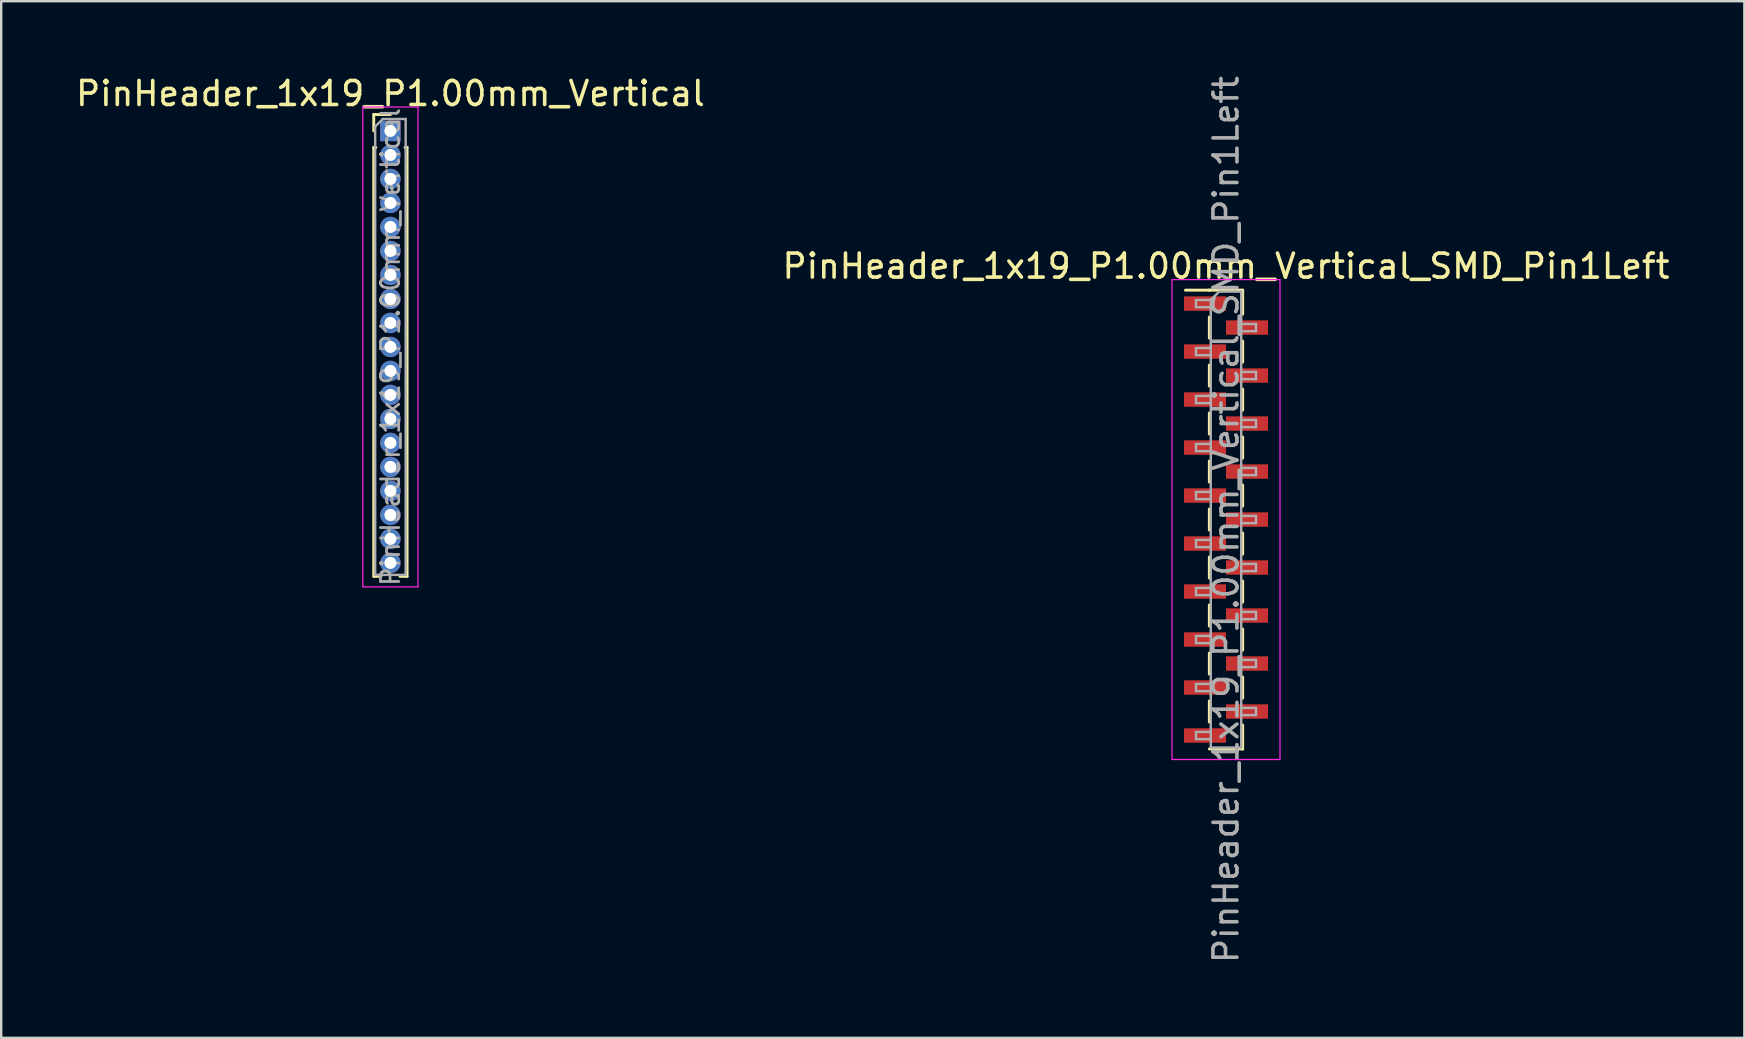
<source format=kicad_pcb>
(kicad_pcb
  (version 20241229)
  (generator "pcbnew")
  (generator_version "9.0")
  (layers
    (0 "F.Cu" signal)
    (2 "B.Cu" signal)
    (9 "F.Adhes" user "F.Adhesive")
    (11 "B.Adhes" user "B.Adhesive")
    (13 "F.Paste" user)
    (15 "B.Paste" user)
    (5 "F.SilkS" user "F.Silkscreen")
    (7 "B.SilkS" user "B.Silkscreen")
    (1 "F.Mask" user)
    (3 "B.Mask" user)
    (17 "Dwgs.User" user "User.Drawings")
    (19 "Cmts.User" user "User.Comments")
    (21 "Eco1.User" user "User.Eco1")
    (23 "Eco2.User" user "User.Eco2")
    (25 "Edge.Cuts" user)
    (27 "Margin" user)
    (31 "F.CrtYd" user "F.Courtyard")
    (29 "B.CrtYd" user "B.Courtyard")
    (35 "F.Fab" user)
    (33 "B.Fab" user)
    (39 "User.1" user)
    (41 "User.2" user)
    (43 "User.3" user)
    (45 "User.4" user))
  (footprint "PinHeader_1x19_P1.00mm_Vertical_SMD_Pin1Left"
    (layer "F.Cu")
    (at 48.042 18.601)
    (property "Reference" "PinHeader_1x19_P1.00mm_Vertical_SMD_Pin1Left" (at 0 -10.56 0) (layer "F.SilkS") (effects (font (size 1 1) (thickness 0.15))))
    (attr smd)
    (fp_line (start -0.695 -9.56) (end -1.69 -9.56) (stroke (width 0.12) (type solid)) (layer "F.SilkS"))
    (fp_line (start -0.695 -9.56) (end -0.695 -9.56) (stroke (width 0.12) (type solid)) (layer "F.SilkS"))
    (fp_line (start -0.695 -9.56) (end 0.695 -9.56) (stroke (width 0.12) (type solid)) (layer "F.SilkS"))
    (fp_line (start -0.695 -8.44) (end -0.695 -7.56) (stroke (width 0.12) (type solid)) (layer "F.SilkS"))
    (fp_line (start -0.695 -6.44) (end -0.695 -5.56) (stroke (width 0.12) (type solid)) (layer "F.SilkS"))
    (fp_line (start -0.695 -4.44) (end -0.695 -3.56) (stroke (width 0.12) (type solid)) (layer "F.SilkS"))
    (fp_line (start -0.695 -2.44) (end -0.695 -1.56) (stroke (width 0.12) (type solid)) (layer "F.SilkS"))
    (fp_line (start -0.695 -0.44) (end -0.695 0.44) (stroke (width 0.12) (type solid)) (layer "F.SilkS"))
    (fp_line (start -0.695 1.56) (end -0.695 2.44) (stroke (width 0.12) (type solid)) (layer "F.SilkS"))
    (fp_line (start -0.695 3.56) (end -0.695 4.44) (stroke (width 0.12) (type solid)) (layer "F.SilkS"))
    (fp_line (start -0.695 5.56) (end -0.695 6.44) (stroke (width 0.12) (type solid)) (layer "F.SilkS"))
    (fp_line (start -0.695 7.56) (end -0.695 8.44) (stroke (width 0.12) (type solid)) (layer "F.SilkS"))
    (fp_line (start -0.695 9.56) (end 0.695 9.56) (stroke (width 0.12) (type solid)) (layer "F.SilkS"))
    (fp_line (start 0.695 -9.56) (end 0.695 -8.56) (stroke (width 0.12) (type solid)) (layer "F.SilkS"))
    (fp_line (start 0.695 -7.44) (end 0.695 -6.56) (stroke (width 0.12) (type solid)) (layer "F.SilkS"))
    (fp_line (start 0.695 -5.44) (end 0.695 -4.56) (stroke (width 0.12) (type solid)) (layer "F.SilkS"))
    (fp_line (start 0.695 -3.44) (end 0.695 -2.56) (stroke (width 0.12) (type solid)) (layer "F.SilkS"))
    (fp_line (start 0.695 -1.44) (end 0.695 -0.56) (stroke (width 0.12) (type solid)) (layer "F.SilkS"))
    (fp_line (start 0.695 0.56) (end 0.695 1.44) (stroke (width 0.12) (type solid)) (layer "F.SilkS"))
    (fp_line (start 0.695 2.56) (end 0.695 3.44) (stroke (width 0.12) (type solid)) (layer "F.SilkS"))
    (fp_line (start 0.695 4.56) (end 0.695 5.44) (stroke (width 0.12) (type solid)) (layer "F.SilkS"))
    (fp_line (start 0.695 6.56) (end 0.695 7.44) (stroke (width 0.12) (type solid)) (layer "F.SilkS"))
    (fp_line (start 0.695 8.56) (end 0.695 9.56) (stroke (width 0.12) (type solid)) (layer "F.SilkS"))
    (fp_line (start 0.695 9.56) (end 0.695 9.56) (stroke (width 0.12) (type solid)) (layer "F.SilkS"))
    (fp_line (start -2.25 -10) (end -2.25 10) (stroke (width 0.05) (type solid)) (layer "F.CrtYd"))
    (fp_line (start -2.25 10) (end 2.25 10) (stroke (width 0.05) (type solid)) (layer "F.CrtYd"))
    (fp_line (start 2.25 -10) (end -2.25 -10) (stroke (width 0.05) (type solid)) (layer "F.CrtYd"))
    (fp_line (start 2.25 10) (end 2.25 -10) (stroke (width 0.05) (type solid)) (layer "F.CrtYd"))
    (fp_line (start -1.25 -9.15) (end -1.25 -8.85) (stroke (width 0.1) (type solid)) (layer "F.Fab"))
    (fp_line (start -1.25 -8.85) (end -0.635 -8.85) (stroke (width 0.1) (type solid)) (layer "F.Fab"))
    (fp_line (start -1.25 -7.15) (end -1.25 -6.85) (stroke (width 0.1) (type solid)) (layer "F.Fab"))
    (fp_line (start -1.25 -6.85) (end -0.635 -6.85) (stroke (width 0.1) (type solid)) (layer "F.Fab"))
    (fp_line (start -1.25 -5.15) (end -1.25 -4.85) (stroke (width 0.1) (type solid)) (layer "F.Fab"))
    (fp_line (start -1.25 -4.85) (end -0.635 -4.85) (stroke (width 0.1) (type solid)) (layer "F.Fab"))
    (fp_line (start -1.25 -3.15) (end -1.25 -2.85) (stroke (width 0.1) (type solid)) (layer "F.Fab"))
    (fp_line (start -1.25 -2.85) (end -0.635 -2.85) (stroke (width 0.1) (type solid)) (layer "F.Fab"))
    (fp_line (start -1.25 -1.15) (end -1.25 -0.85) (stroke (width 0.1) (type solid)) (layer "F.Fab"))
    (fp_line (start -1.25 -0.85) (end -0.635 -0.85) (stroke (width 0.1) (type solid)) (layer "F.Fab"))
    (fp_line (start -1.25 0.85) (end -1.25 1.15) (stroke (width 0.1) (type solid)) (layer "F.Fab"))
    (fp_line (start -1.25 1.15) (end -0.635 1.15) (stroke (width 0.1) (type solid)) (layer "F.Fab"))
    (fp_line (start -1.25 2.85) (end -1.25 3.15) (stroke (width 0.1) (type solid)) (layer "F.Fab"))
    (fp_line (start -1.25 3.15) (end -0.635 3.15) (stroke (width 0.1) (type solid)) (layer "F.Fab"))
    (fp_line (start -1.25 4.85) (end -1.25 5.15) (stroke (width 0.1) (type solid)) (layer "F.Fab"))
    (fp_line (start -1.25 5.15) (end -0.635 5.15) (stroke (width 0.1) (type solid)) (layer "F.Fab"))
    (fp_line (start -1.25 6.85) (end -1.25 7.15) (stroke (width 0.1) (type solid)) (layer "F.Fab"))
    (fp_line (start -1.25 7.15) (end -0.635 7.15) (stroke (width 0.1) (type solid)) (layer "F.Fab"))
    (fp_line (start -1.25 8.85) (end -1.25 9.15) (stroke (width 0.1) (type solid)) (layer "F.Fab"))
    (fp_line (start -1.25 9.15) (end -0.635 9.15) (stroke (width 0.1) (type solid)) (layer "F.Fab"))
    (fp_line (start -0.635 -9.15) (end -1.25 -9.15) (stroke (width 0.1) (type solid)) (layer "F.Fab"))
    (fp_line (start -0.635 -9.15) (end -0.285 -9.5) (stroke (width 0.1) (type solid)) (layer "F.Fab"))
    (fp_line (start -0.635 -7.15) (end -1.25 -7.15) (stroke (width 0.1) (type solid)) (layer "F.Fab"))
    (fp_line (start -0.635 -5.15) (end -1.25 -5.15) (stroke (width 0.1) (type solid)) (layer "F.Fab"))
    (fp_line (start -0.635 -3.15) (end -1.25 -3.15) (stroke (width 0.1) (type solid)) (layer "F.Fab"))
    (fp_line (start -0.635 -1.15) (end -1.25 -1.15) (stroke (width 0.1) (type solid)) (layer "F.Fab"))
    (fp_line (start -0.635 0.85) (end -1.25 0.85) (stroke (width 0.1) (type solid)) (layer "F.Fab"))
    (fp_line (start -0.635 2.85) (end -1.25 2.85) (stroke (width 0.1) (type solid)) (layer "F.Fab"))
    (fp_line (start -0.635 4.85) (end -1.25 4.85) (stroke (width 0.1) (type solid)) (layer "F.Fab"))
    (fp_line (start -0.635 6.85) (end -1.25 6.85) (stroke (width 0.1) (type solid)) (layer "F.Fab"))
    (fp_line (start -0.635 8.85) (end -1.25 8.85) (stroke (width 0.1) (type solid)) (layer "F.Fab"))
    (fp_line (start -0.635 9.5) (end -0.635 -9.15) (stroke (width 0.1) (type solid)) (layer "F.Fab"))
    (fp_line (start -0.285 -9.5) (end 0.635 -9.5) (stroke (width 0.1) (type solid)) (layer "F.Fab"))
    (fp_line (start 0.635 -9.5) (end 0.635 9.5) (stroke (width 0.1) (type solid)) (layer "F.Fab"))
    (fp_line (start 0.635 -8.15) (end 1.25 -8.15) (stroke (width 0.1) (type solid)) (layer "F.Fab"))
    (fp_line (start 0.635 -6.15) (end 1.25 -6.15) (stroke (width 0.1) (type solid)) (layer "F.Fab"))
    (fp_line (start 0.635 -4.15) (end 1.25 -4.15) (stroke (width 0.1) (type solid)) (layer "F.Fab"))
    (fp_line (start 0.635 -2.15) (end 1.25 -2.15) (stroke (width 0.1) (type solid)) (layer "F.Fab"))
    (fp_line (start 0.635 -0.15) (end 1.25 -0.15) (stroke (width 0.1) (type solid)) (layer "F.Fab"))
    (fp_line (start 0.635 1.85) (end 1.25 1.85) (stroke (width 0.1) (type solid)) (layer "F.Fab"))
    (fp_line (start 0.635 3.85) (end 1.25 3.85) (stroke (width 0.1) (type solid)) (layer "F.Fab"))
    (fp_line (start 0.635 5.85) (end 1.25 5.85) (stroke (width 0.1) (type solid)) (layer "F.Fab"))
    (fp_line (start 0.635 7.85) (end 1.25 7.85) (stroke (width 0.1) (type solid)) (layer "F.Fab"))
    (fp_line (start 0.635 9.5) (end -0.635 9.5) (stroke (width 0.1) (type solid)) (layer "F.Fab"))
    (fp_line (start 1.25 -8.15) (end 1.25 -7.85) (stroke (width 0.1) (type solid)) (layer "F.Fab"))
    (fp_line (start 1.25 -7.85) (end 0.635 -7.85) (stroke (width 0.1) (type solid)) (layer "F.Fab"))
    (fp_line (start 1.25 -6.15) (end 1.25 -5.85) (stroke (width 0.1) (type solid)) (layer "F.Fab"))
    (fp_line (start 1.25 -5.85) (end 0.635 -5.85) (stroke (width 0.1) (type solid)) (layer "F.Fab"))
    (fp_line (start 1.25 -4.15) (end 1.25 -3.85) (stroke (width 0.1) (type solid)) (layer "F.Fab"))
    (fp_line (start 1.25 -3.85) (end 0.635 -3.85) (stroke (width 0.1) (type solid)) (layer "F.Fab"))
    (fp_line (start 1.25 -2.15) (end 1.25 -1.85) (stroke (width 0.1) (type solid)) (layer "F.Fab"))
    (fp_line (start 1.25 -1.85) (end 0.635 -1.85) (stroke (width 0.1) (type solid)) (layer "F.Fab"))
    (fp_line (start 1.25 -0.15) (end 1.25 0.15) (stroke (width 0.1) (type solid)) (layer "F.Fab"))
    (fp_line (start 1.25 0.15) (end 0.635 0.15) (stroke (width 0.1) (type solid)) (layer "F.Fab"))
    (fp_line (start 1.25 1.85) (end 1.25 2.15) (stroke (width 0.1) (type solid)) (layer "F.Fab"))
    (fp_line (start 1.25 2.15) (end 0.635 2.15) (stroke (width 0.1) (type solid)) (layer "F.Fab"))
    (fp_line (start 1.25 3.85) (end 1.25 4.15) (stroke (width 0.1) (type solid)) (layer "F.Fab"))
    (fp_line (start 1.25 4.15) (end 0.635 4.15) (stroke (width 0.1) (type solid)) (layer "F.Fab"))
    (fp_line (start 1.25 5.85) (end 1.25 6.15) (stroke (width 0.1) (type solid)) (layer "F.Fab"))
    (fp_line (start 1.25 6.15) (end 0.635 6.15) (stroke (width 0.1) (type solid)) (layer "F.Fab"))
    (fp_line (start 1.25 7.85) (end 1.25 8.15) (stroke (width 0.1) (type solid)) (layer "F.Fab"))
    (fp_line (start 1.25 8.15) (end 0.635 8.15) (stroke (width 0.1) (type solid)) (layer "F.Fab"))
    (fp_text user "${REFERENCE}" (at 0 0 90) (layer "F.Fab") (effects (font (size 1 1) (thickness 0.15))))
    (pad "1" smd rect (at -0.875 -9) (size 1.75 0.6) (layers "F.Cu" "F.Mask" "F.Paste"))
    (pad "2" smd rect (at 0.875 -8) (size 1.75 0.6) (layers "F.Cu" "F.Mask" "F.Paste"))
    (pad "3" smd rect (at -0.875 -7) (size 1.75 0.6) (layers "F.Cu" "F.Mask" "F.Paste"))
    (pad "4" smd rect (at 0.875 -6) (size 1.75 0.6) (layers "F.Cu" "F.Mask" "F.Paste"))
    (pad "5" smd rect (at -0.875 -5) (size 1.75 0.6) (layers "F.Cu" "F.Mask" "F.Paste"))
    (pad "6" smd rect (at 0.875 -4) (size 1.75 0.6) (layers "F.Cu" "F.Mask" "F.Paste"))
    (pad "7" smd rect (at -0.875 -3) (size 1.75 0.6) (layers "F.Cu" "F.Mask" "F.Paste"))
    (pad "8" smd rect (at 0.875 -2) (size 1.75 0.6) (layers "F.Cu" "F.Mask" "F.Paste"))
    (pad "9" smd rect (at -0.875 -1) (size 1.75 0.6) (layers "F.Cu" "F.Mask" "F.Paste"))
    (pad "10" smd rect (at 0.875 0) (size 1.75 0.6) (layers "F.Cu" "F.Mask" "F.Paste"))
    (pad "11" smd rect (at -0.875 1) (size 1.75 0.6) (layers "F.Cu" "F.Mask" "F.Paste"))
    (pad "12" smd rect (at 0.875 2) (size 1.75 0.6) (layers "F.Cu" "F.Mask" "F.Paste"))
    (pad "13" smd rect (at -0.875 3) (size 1.75 0.6) (layers "F.Cu" "F.Mask" "F.Paste"))
    (pad "14" smd rect (at 0.875 4) (size 1.75 0.6) (layers "F.Cu" "F.Mask" "F.Paste"))
    (pad "15" smd rect (at -0.875 5) (size 1.75 0.6) (layers "F.Cu" "F.Mask" "F.Paste"))
    (pad "16" smd rect (at 0.875 6) (size 1.75 0.6) (layers "F.Cu" "F.Mask" "F.Paste"))
    (pad "17" smd rect (at -0.875 7) (size 1.75 0.6) (layers "F.Cu" "F.Mask" "F.Paste"))
    (pad "18" smd rect (at 0.875 8) (size 1.75 0.6) (layers "F.Cu" "F.Mask" "F.Paste"))
    (pad "19" smd rect (at -0.875 9) (size 1.75 0.6) (layers "F.Cu" "F.Mask" "F.Paste")))
  (footprint "PinHeader_1x19_P1.00mm_Vertical"
    (layer "F.Cu")
    (at 13.22 2.408)
    (property "Reference" "PinHeader_1x19_P1.00mm_Vertical" (at 0 -1.56 0) (layer "F.SilkS") (effects (font (size 1 1) (thickness 0.15))))
    (attr through_hole)
    (fp_line (start -0.695 -0.685) (end 0 -0.685) (stroke (width 0.12) (type solid)) (layer "F.SilkS"))
    (fp_line (start -0.695 0) (end -0.695 -0.685) (stroke (width 0.12) (type solid)) (layer "F.SilkS"))
    (fp_line (start -0.695 0.685) (end -0.695 18.56) (stroke (width 0.12) (type solid)) (layer "F.SilkS"))
    (fp_line (start -0.695 0.685) (end -0.608 0.685) (stroke (width 0.12) (type solid)) (layer "F.SilkS"))
    (fp_line (start -0.695 18.56) (end -0.394 18.56) (stroke (width 0.12) (type solid)) (layer "F.SilkS"))
    (fp_line (start 0.394 18.56) (end 0.695 18.56) (stroke (width 0.12) (type solid)) (layer "F.SilkS"))
    (fp_line (start 0.608 0.685) (end 0.695 0.685) (stroke (width 0.12) (type solid)) (layer "F.SilkS"))
    (fp_line (start 0.695 0.685) (end 0.695 18.56) (stroke (width 0.12) (type solid)) (layer "F.SilkS"))
    (fp_line (start -1.15 -1) (end -1.15 19) (stroke (width 0.05) (type solid)) (layer "F.CrtYd"))
    (fp_line (start -1.15 19) (end 1.15 19) (stroke (width 0.05) (type solid)) (layer "F.CrtYd"))
    (fp_line (start 1.15 -1) (end -1.15 -1) (stroke (width 0.05) (type solid)) (layer "F.CrtYd"))
    (fp_line (start 1.15 19) (end 1.15 -1) (stroke (width 0.05) (type solid)) (layer "F.CrtYd"))
    (fp_line (start -0.635 -0.182) (end -0.318 -0.5) (stroke (width 0.1) (type solid)) (layer "F.Fab"))
    (fp_line (start -0.635 18.5) (end -0.635 -0.182) (stroke (width 0.1) (type solid)) (layer "F.Fab"))
    (fp_line (start -0.318 -0.5) (end 0.635 -0.5) (stroke (width 0.1) (type solid)) (layer "F.Fab"))
    (fp_line (start 0.635 -0.5) (end 0.635 18.5) (stroke (width 0.1) (type solid)) (layer "F.Fab"))
    (fp_line (start 0.635 18.5) (end -0.635 18.5) (stroke (width 0.1) (type solid)) (layer "F.Fab"))
    (fp_text user "${REFERENCE}" (at 0 9 90) (layer "F.Fab") (effects (font (size 0.76 0.76) (thickness 0.114))))
    (pad "1" thru_hole rect (at 0 0) (size 0.85 0.85) (drill 0.5) (layers "*.Cu" "*.Mask"))
    (pad "2" thru_hole oval (at 0 1) (size 0.85 0.85) (drill 0.5) (layers "*.Cu" "*.Mask"))
    (pad "3" thru_hole oval (at 0 2) (size 0.85 0.85) (drill 0.5) (layers "*.Cu" "*.Mask"))
    (pad "4" thru_hole oval (at 0 3) (size 0.85 0.85) (drill 0.5) (layers "*.Cu" "*.Mask"))
    (pad "5" thru_hole oval (at 0 4) (size 0.85 0.85) (drill 0.5) (layers "*.Cu" "*.Mask"))
    (pad "6" thru_hole oval (at 0 5) (size 0.85 0.85) (drill 0.5) (layers "*.Cu" "*.Mask"))
    (pad "7" thru_hole oval (at 0 6) (size 0.85 0.85) (drill 0.5) (layers "*.Cu" "*.Mask"))
    (pad "8" thru_hole oval (at 0 7) (size 0.85 0.85) (drill 0.5) (layers "*.Cu" "*.Mask"))
    (pad "9" thru_hole oval (at 0 8) (size 0.85 0.85) (drill 0.5) (layers "*.Cu" "*.Mask"))
    (pad "10" thru_hole oval (at 0 9) (size 0.85 0.85) (drill 0.5) (layers "*.Cu" "*.Mask"))
    (pad "11" thru_hole oval (at 0 10) (size 0.85 0.85) (drill 0.5) (layers "*.Cu" "*.Mask"))
    (pad "12" thru_hole oval (at 0 11) (size 0.85 0.85) (drill 0.5) (layers "*.Cu" "*.Mask"))
    (pad "13" thru_hole oval (at 0 12) (size 0.85 0.85) (drill 0.5) (layers "*.Cu" "*.Mask"))
    (pad "14" thru_hole oval (at 0 13) (size 0.85 0.85) (drill 0.5) (layers "*.Cu" "*.Mask"))
    (pad "15" thru_hole oval (at 0 14) (size 0.85 0.85) (drill 0.5) (layers "*.Cu" "*.Mask"))
    (pad "16" thru_hole oval (at 0 15) (size 0.85 0.85) (drill 0.5) (layers "*.Cu" "*.Mask"))
    (pad "17" thru_hole oval (at 0 16) (size 0.85 0.85) (drill 0.5) (layers "*.Cu" "*.Mask"))
    (pad "18" thru_hole oval (at 0 17) (size 0.85 0.85) (drill 0.5) (layers "*.Cu" "*.Mask"))
    (pad "19" thru_hole oval (at 0 18) (size 0.85 0.85) (drill 0.5) (layers "*.Cu" "*.Mask")))
  (gr_rect
    (start -3 -3)
    (end 69.643 40.202)
    (stroke (width 0.1) (type default))
    (fill no)
    (layer "Edge.Cuts")))
</source>
